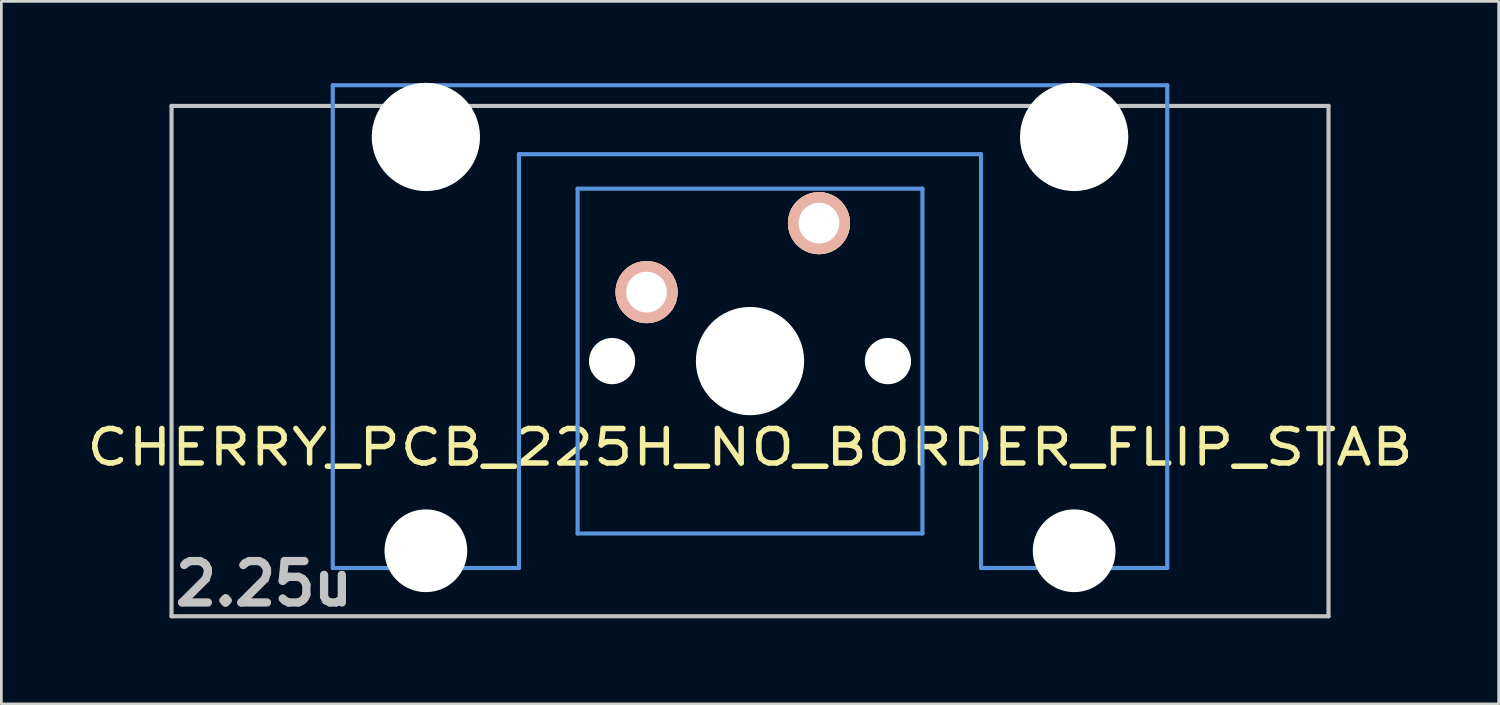
<source format=kicad_pcb>
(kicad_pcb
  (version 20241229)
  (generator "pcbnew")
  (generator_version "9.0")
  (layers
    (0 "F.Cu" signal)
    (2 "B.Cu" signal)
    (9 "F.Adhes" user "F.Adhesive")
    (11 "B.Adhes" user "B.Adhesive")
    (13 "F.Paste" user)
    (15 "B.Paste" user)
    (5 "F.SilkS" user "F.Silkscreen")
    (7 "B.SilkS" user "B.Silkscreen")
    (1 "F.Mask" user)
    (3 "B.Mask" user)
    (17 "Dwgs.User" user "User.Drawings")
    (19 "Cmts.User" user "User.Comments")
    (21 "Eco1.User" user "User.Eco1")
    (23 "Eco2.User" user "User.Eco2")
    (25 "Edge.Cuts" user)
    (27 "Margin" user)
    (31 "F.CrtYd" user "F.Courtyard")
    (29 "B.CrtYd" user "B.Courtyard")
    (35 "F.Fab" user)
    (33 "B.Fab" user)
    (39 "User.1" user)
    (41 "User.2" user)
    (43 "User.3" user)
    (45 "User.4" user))
  (footprint "CHERRY_PCB_225H_NO_BORDER_FLIP_STAB"
    (layer "F.Cu")
    (at 24.573 10.249)
    (property "Reference" "CHERRY_PCB_225H_NO_BORDER_FLIP_STAB" (at 0 3.175 0) (layer "F.SilkS") (effects (font (size 1.27 1.524) (thickness 0.203))))
    (attr through_hole)
    (fp_line (start -21.306 -9.398) (end 21.306 -9.398) (stroke (width 0.152) (type solid)) (layer "Dwgs.User"))
    (fp_line (start -21.306 9.398) (end -21.306 -9.398) (stroke (width 0.152) (type solid)) (layer "Dwgs.User"))
    (fp_line (start 21.306 -9.398) (end 21.306 9.398) (stroke (width 0.152) (type solid)) (layer "Dwgs.User"))
    (fp_line (start 21.306 9.398) (end -21.306 9.398) (stroke (width 0.152) (type solid)) (layer "Dwgs.User"))
    (fp_line (start -15.367 -10.16) (end -15.367 7.62) (stroke (width 0.152) (type solid)) (layer "Cmts.User"))
    (fp_line (start -15.367 7.62) (end -8.509 7.62) (stroke (width 0.152) (type solid)) (layer "Cmts.User"))
    (fp_line (start -8.509 -7.62) (end 8.509 -7.62) (stroke (width 0.152) (type solid)) (layer "Cmts.User"))
    (fp_line (start -8.509 7.62) (end -8.509 -7.62) (stroke (width 0.152) (type solid)) (layer "Cmts.User"))
    (fp_line (start -6.35 -6.35) (end 6.35 -6.35) (stroke (width 0.152) (type solid)) (layer "Cmts.User"))
    (fp_line (start -6.35 6.35) (end -6.35 -6.35) (stroke (width 0.152) (type solid)) (layer "Cmts.User"))
    (fp_line (start 6.35 -6.35) (end 6.35 6.35) (stroke (width 0.152) (type solid)) (layer "Cmts.User"))
    (fp_line (start 6.35 6.35) (end -6.35 6.35) (stroke (width 0.152) (type solid)) (layer "Cmts.User"))
    (fp_line (start 8.509 -7.62) (end 8.509 7.62) (stroke (width 0.152) (type solid)) (layer "Cmts.User"))
    (fp_line (start 8.509 7.62) (end 15.367 7.62) (stroke (width 0.152) (type solid)) (layer "Cmts.User"))
    (fp_line (start 15.367 -10.16) (end -15.367 -10.16) (stroke (width 0.152) (type solid)) (layer "Cmts.User"))
    (fp_line (start 15.367 7.62) (end 15.367 -10.16) (stroke (width 0.152) (type solid)) (layer "Cmts.User"))
    (fp_line (start -16.129 -0.508) (end -15.265 -0.508) (stroke (width 0.152) (type solid)) (layer "Eco2.User"))
    (fp_line (start -16.129 2.286) (end -16.129 -0.508) (stroke (width 0.152) (type solid)) (layer "Eco2.User"))
    (fp_line (start -15.265 -6.604) (end -14.224 -6.604) (stroke (width 0.152) (type solid)) (layer "Eco2.User"))
    (fp_line (start -15.265 -0.508) (end -15.265 -6.604) (stroke (width 0.152) (type solid)) (layer "Eco2.User"))
    (fp_line (start -15.265 2.286) (end -16.129 2.286) (stroke (width 0.152) (type solid)) (layer "Eco2.User"))
    (fp_line (start -15.265 5.69) (end -15.265 2.286) (stroke (width 0.152) (type solid)) (layer "Eco2.User"))
    (fp_line (start -14.224 -7.772) (end -9.652 -7.772) (stroke (width 0.152) (type solid)) (layer "Eco2.User"))
    (fp_line (start -14.224 -6.604) (end -14.224 -7.772) (stroke (width 0.152) (type solid)) (layer "Eco2.User"))
    (fp_line (start -9.652 -7.772) (end -9.652 -6.604) (stroke (width 0.152) (type solid)) (layer "Eco2.User"))
    (fp_line (start -9.652 -6.604) (end -8.611 -6.604) (stroke (width 0.152) (type solid)) (layer "Eco2.User"))
    (fp_line (start -8.611 -6.604) (end -8.611 -5.817) (stroke (width 0.152) (type solid)) (layer "Eco2.User"))
    (fp_line (start -8.611 -5.817) (end -6.985 -5.817) (stroke (width 0.152) (type solid)) (layer "Eco2.User"))
    (fp_line (start -8.611 4.877) (end -8.611 5.69) (stroke (width 0.152) (type solid)) (layer "Eco2.User"))
    (fp_line (start -8.611 5.69) (end -15.265 5.69) (stroke (width 0.152) (type solid)) (layer "Eco2.User"))
    (fp_line (start -6.985 -6.985) (end 6.985 -6.985) (stroke (width 0.152) (type solid)) (layer "Eco2.User"))
    (fp_line (start -6.985 -5.817) (end -6.985 -6.985) (stroke (width 0.152) (type solid)) (layer "Eco2.User"))
    (fp_line (start -6.985 4.877) (end -8.611 4.877) (stroke (width 0.152) (type solid)) (layer "Eco2.User"))
    (fp_line (start -6.985 6.985) (end -6.985 4.877) (stroke (width 0.152) (type solid)) (layer "Eco2.User"))
    (fp_line (start 6.985 -6.985) (end 6.985 -5.817) (stroke (width 0.152) (type solid)) (layer "Eco2.User"))
    (fp_line (start 6.985 -5.817) (end 8.611 -5.817) (stroke (width 0.152) (type solid)) (layer "Eco2.User"))
    (fp_line (start 6.985 4.877) (end 6.985 6.985) (stroke (width 0.152) (type solid)) (layer "Eco2.User"))
    (fp_line (start 6.985 6.985) (end -6.985 6.985) (stroke (width 0.152) (type solid)) (layer "Eco2.User"))
    (fp_line (start 8.611 -6.604) (end 9.652 -6.604) (stroke (width 0.152) (type solid)) (layer "Eco2.User"))
    (fp_line (start 8.611 -5.817) (end 8.611 -6.604) (stroke (width 0.152) (type solid)) (layer "Eco2.User"))
    (fp_line (start 8.611 4.877) (end 6.985 4.877) (stroke (width 0.152) (type solid)) (layer "Eco2.User"))
    (fp_line (start 8.611 5.69) (end 8.611 4.877) (stroke (width 0.152) (type solid)) (layer "Eco2.User"))
    (fp_line (start 9.652 -7.772) (end 14.224 -7.772) (stroke (width 0.152) (type solid)) (layer "Eco2.User"))
    (fp_line (start 9.652 -6.604) (end 9.652 -7.772) (stroke (width 0.152) (type solid)) (layer "Eco2.User"))
    (fp_line (start 14.224 -7.772) (end 14.224 -6.604) (stroke (width 0.152) (type solid)) (layer "Eco2.User"))
    (fp_line (start 14.224 -6.604) (end 15.265 -6.604) (stroke (width 0.152) (type solid)) (layer "Eco2.User"))
    (fp_line (start 15.265 -6.604) (end 15.265 -0.508) (stroke (width 0.152) (type solid)) (layer "Eco2.User"))
    (fp_line (start 15.265 -0.508) (end 16.129 -0.508) (stroke (width 0.152) (type solid)) (layer "Eco2.User"))
    (fp_line (start 15.265 2.286) (end 15.265 5.69) (stroke (width 0.152) (type solid)) (layer "Eco2.User"))
    (fp_line (start 15.265 5.69) (end 8.611 5.69) (stroke (width 0.152) (type solid)) (layer "Eco2.User"))
    (fp_line (start 16.129 -0.508) (end 16.129 2.286) (stroke (width 0.152) (type solid)) (layer "Eco2.User"))
    (fp_line (start 16.129 2.286) (end 15.265 2.286) (stroke (width 0.152) (type solid)) (layer "Eco2.User"))
    (fp_text user "2.25u" (at -17.9 8.2 180) (layer "Dwgs.User") (effects (font (size 1.524 1.524) (thickness 0.305))))
    (pad "" np_thru_hole circle (at -11.938 -8.255 180) (size 3.988 3.988) (drill 3.988) (layers "*.Cu"))
    (pad "" np_thru_hole circle (at -11.938 6.985 180) (size 3.048 3.048) (drill 3.048) (layers "*.Cu"))
    (pad "" np_thru_hole circle (at -5.08 0) (size 1.702 1.702) (drill 1.702) (layers "*.Cu"))
    (pad "" np_thru_hole circle (at 0 0) (size 3.988 3.988) (drill 3.988) (layers "*.Cu"))
    (pad "" np_thru_hole circle (at 5.08 0) (size 1.702 1.702) (drill 1.702) (layers "*.Cu"))
    (pad "" np_thru_hole circle (at 11.938 -8.255 180) (size 3.988 3.988) (drill 3.988) (layers "*.Cu"))
    (pad "" np_thru_hole circle (at 11.938 6.985 180) (size 3.048 3.048) (drill 3.048) (layers "*.Cu"))
    (pad "1" thru_hole circle (at 2.54 -5.08) (size 2.286 2.286) (drill 1.499) (layers "*.Cu" "*.SilkS" "*.Mask"))
    (pad "2" thru_hole circle (at -3.81 -2.54) (size 2.286 2.286) (drill 1.499) (layers "*.Cu" "*.SilkS" "*.Mask")))
  (gr_rect
    (start -3 -3)
    (end 52.145 22.875)
    (stroke (width 0.1) (type default))
    (fill no)
    (layer "Edge.Cuts")))
</source>
